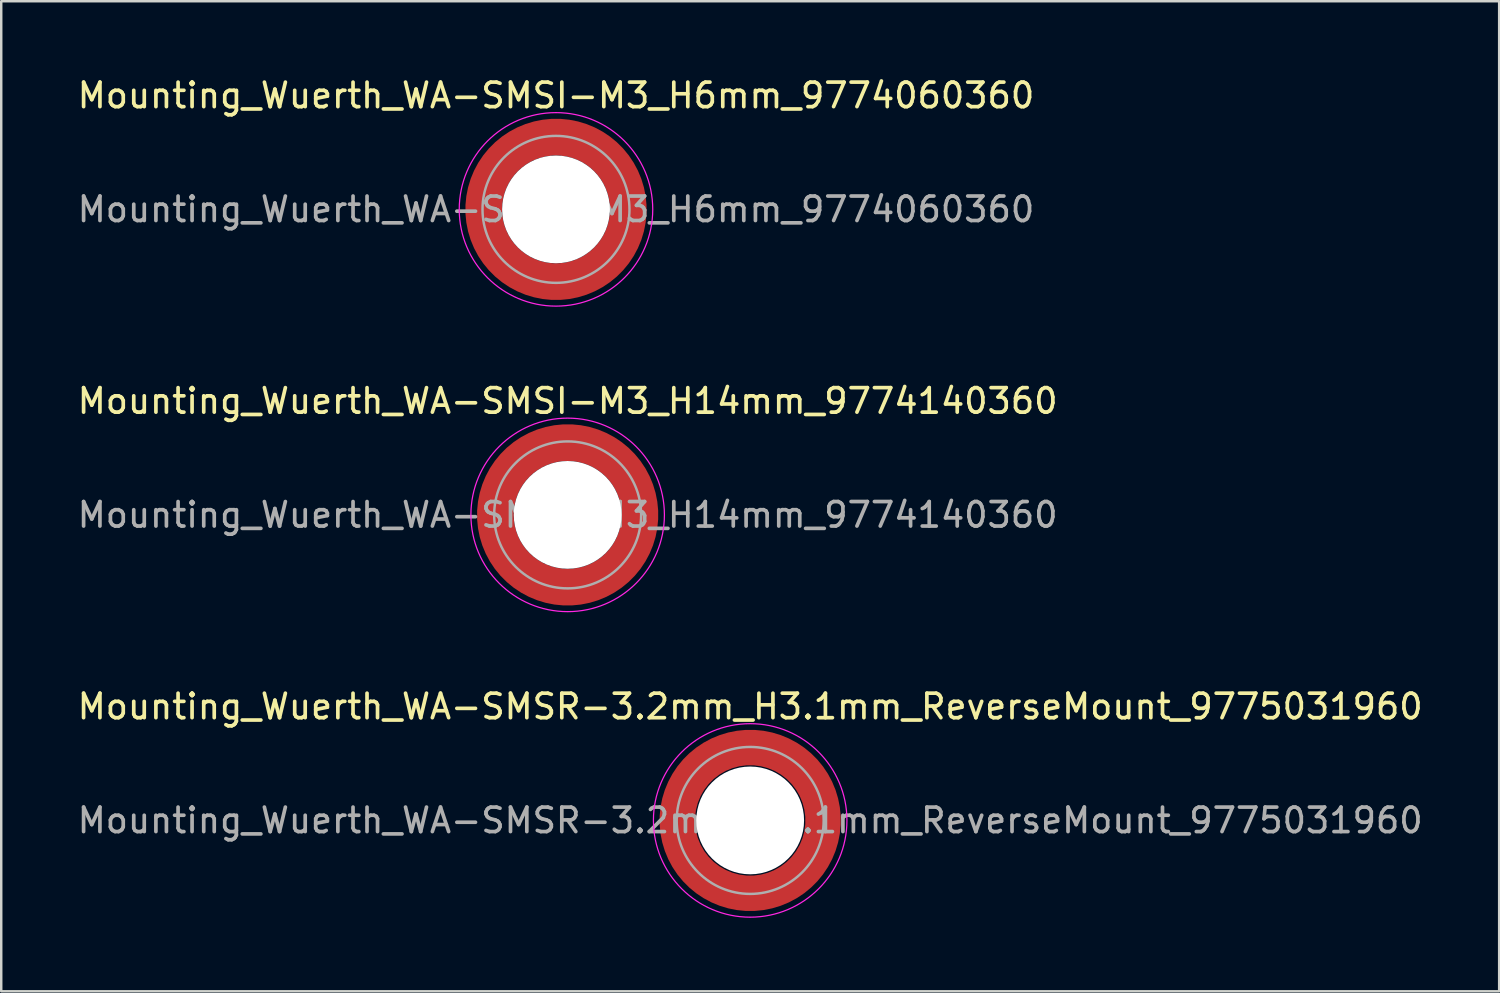
<source format=kicad_pcb>
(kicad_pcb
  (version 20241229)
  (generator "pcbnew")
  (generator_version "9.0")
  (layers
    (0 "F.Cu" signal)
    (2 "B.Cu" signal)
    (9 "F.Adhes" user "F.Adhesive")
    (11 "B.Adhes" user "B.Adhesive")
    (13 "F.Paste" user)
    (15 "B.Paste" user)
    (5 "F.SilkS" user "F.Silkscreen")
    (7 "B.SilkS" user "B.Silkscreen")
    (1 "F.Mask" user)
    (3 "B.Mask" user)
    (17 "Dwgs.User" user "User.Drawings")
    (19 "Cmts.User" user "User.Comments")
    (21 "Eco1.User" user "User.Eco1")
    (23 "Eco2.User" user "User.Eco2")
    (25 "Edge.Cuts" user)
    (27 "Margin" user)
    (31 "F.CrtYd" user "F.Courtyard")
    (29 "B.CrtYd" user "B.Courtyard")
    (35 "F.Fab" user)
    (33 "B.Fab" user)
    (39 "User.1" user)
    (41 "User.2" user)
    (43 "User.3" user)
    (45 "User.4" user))
  (footprint "Mounting_Wuerth_WA-SMSI-M3_H14mm_9774140360"
    (layer "F.Cu")
    (at 20.125 17.971)
    (property "Reference" "Mounting_Wuerth_WA-SMSI-M3_H14mm_9774140360" (at 0 -4.65 0) (layer "F.SilkS") (effects (font (size 1 1) (thickness 0.15))))
    (attr smd)
    (fp_circle (center 0 0) (end 3.95 0) (stroke (width 0.05) (type solid)) (fill no) (layer "F.CrtYd"))
    (fp_circle (center 0 0) (end 3 0) (stroke (width 0.1) (type solid)) (fill no) (layer "F.Fab"))
    (fp_text user "${REFERENCE}" (at 0 0 0) (layer "F.Fab") (effects (font (size 1 1) (thickness 0.15))))
    (pad "" smd custom (at -2.058 -2.058) (size 0.7 0.7) (layers "F.Paste") (options (anchor circle)) (primitives (gr_arc (start -0.377294 1.707681) (mid 0.317579 0.318817) (end 1.705947 -0.377044) (width 0.2)) (gr_arc (start -0.478281 1.707681) (mid 0.246161 0.248814) (end 1.703965 -0.477765) (width 0.2)) (gr_arc (start -0.579192 1.707681) (mid 0.175492 0.178063) (end 1.704077 -0.578711) (width 0.2)) (gr_arc (start -0.680037 1.707681) (mid 0.105568 0.106564) (end 1.706284 -0.679858) (width 0.2)) (gr_arc (start -0.780822 1.707681) (mid 0.034627 0.036085) (end 1.705634 -0.780569) (width 0.2)) (gr_arc (start -0.881554 1.707681) (mid -0.035694 -0.035016) (end 1.706729 -0.881441) (width 0.2)) (gr_arc (start -0.982237 1.707681) (mid -0.107281 -0.10485) (end 1.704266 -0.981842) (width 0.2)) (gr_arc (start -1.082877 1.707681) (mid -0.178372 -0.175181) (end 1.703197 -1.082374) (width 0.2)) (gr_arc (start -1.183476 1.707681) (mid -0.248964 -0.246008) (end 1.703525 -1.183025) (width 0.2)) (gr_arc (start -1.28404 1.707681) (mid -0.319062 -0.317333) (end 1.70525 -1.283784) (width 0.2)) (gr_line (start 1.708 -0.377) (end 1.708 -1.284) (width 0.2)) (gr_line (start -0.377 1.708) (end -1.284 1.708) (width 0.2))))
    (pad "" smd custom (at -2.058 2.058) (size 0.7 0.7) (layers "F.Paste") (options (anchor circle)) (primitives (gr_arc (start 1.707681 0.377294) (mid 0.318817 -0.317579) (end -0.377044 -1.705947) (width 0.2)) (gr_arc (start 1.707681 0.478281) (mid 0.248814 -0.246161) (end -0.477765 -1.703965) (width 0.2)) (gr_arc (start 1.707681 0.579192) (mid 0.178063 -0.175492) (end -0.578711 -1.704077) (width 0.2)) (gr_arc (start 1.707681 0.680037) (mid 0.106564 -0.105568) (end -0.679858 -1.706284) (width 0.2)) (gr_arc (start 1.707681 0.780822) (mid 0.036085 -0.034627) (end -0.780569 -1.705634) (width 0.2)) (gr_arc (start 1.707681 0.881554) (mid -0.035016 0.035694) (end -0.881441 -1.706729) (width 0.2)) (gr_arc (start 1.707681 0.982237) (mid -0.10485 0.107281) (end -0.981842 -1.704266) (width 0.2)) (gr_arc (start 1.707681 1.082877) (mid -0.175181 0.178372) (end -1.082374 -1.703197) (width 0.2)) (gr_arc (start 1.707681 1.183476) (mid -0.246008 0.248964) (end -1.183025 -1.703525) (width 0.2)) (gr_arc (start 1.707681 1.28404) (mid -0.317333 0.319062) (end -1.283784 -1.70525) (width 0.2)) (gr_line (start -0.377 -1.708) (end -1.284 -1.708) (width 0.2)) (gr_line (start 1.708 0.377) (end 1.708 1.284) (width 0.2))))
    (pad "" np_thru_hole circle (at 0 0) (size 4.4 4.4) (drill 4.4) (layers "*.Cu" "*.Mask"))
    (pad "" smd custom (at 2.058 -2.058) (size 0.7 0.7) (layers "F.Paste") (options (anchor circle)) (primitives (gr_arc (start -1.707681 -0.377294) (mid -0.318817 0.317579) (end 0.377044 1.705947) (width 0.2)) (gr_arc (start -1.707681 -0.478281) (mid -0.248814 0.246161) (end 0.477765 1.703965) (width 0.2)) (gr_arc (start -1.707681 -0.579192) (mid -0.178063 0.175492) (end 0.578711 1.704077) (width 0.2)) (gr_arc (start -1.707681 -0.680037) (mid -0.106564 0.105568) (end 0.679858 1.706284) (width 0.2)) (gr_arc (start -1.707681 -0.780822) (mid -0.036085 0.034627) (end 0.780569 1.705634) (width 0.2)) (gr_arc (start -1.707681 -0.881554) (mid 0.035016 -0.035694) (end 0.881441 1.706729) (width 0.2)) (gr_arc (start -1.707681 -0.982237) (mid 0.10485 -0.107281) (end 0.981842 1.704266) (width 0.2)) (gr_arc (start -1.707681 -1.082877) (mid 0.175181 -0.178372) (end 1.082374 1.703197) (width 0.2)) (gr_arc (start -1.707681 -1.183476) (mid 0.246008 -0.248964) (end 1.183025 1.703525) (width 0.2)) (gr_arc (start -1.707681 -1.28404) (mid 0.317333 -0.319062) (end 1.283784 1.70525) (width 0.2)) (gr_line (start 0.377 1.708) (end 1.284 1.708) (width 0.2)) (gr_line (start -1.708 -0.377) (end -1.708 -1.284) (width 0.2))))
    (pad "" smd custom (at 2.058 2.058) (size 0.7 0.7) (layers "F.Paste") (options (anchor circle)) (primitives (gr_arc (start 0.377294 -1.707681) (mid -0.317579 -0.318817) (end -1.705947 0.377044) (width 0.2)) (gr_arc (start 0.478281 -1.707681) (mid -0.246161 -0.248814) (end -1.703965 0.477765) (width 0.2)) (gr_arc (start 0.579192 -1.707681) (mid -0.175492 -0.178063) (end -1.704077 0.578711) (width 0.2)) (gr_arc (start 0.680037 -1.707681) (mid -0.105568 -0.106564) (end -1.706284 0.679858) (width 0.2)) (gr_arc (start 0.780822 -1.707681) (mid -0.034627 -0.036085) (end -1.705634 0.780569) (width 0.2)) (gr_arc (start 0.881554 -1.707681) (mid 0.035694 0.035016) (end -1.706729 0.881441) (width 0.2)) (gr_arc (start 0.982237 -1.707681) (mid 0.107281 0.10485) (end -1.704266 0.981842) (width 0.2)) (gr_arc (start 1.082877 -1.707681) (mid 0.178372 0.175181) (end -1.703197 1.082374) (width 0.2)) (gr_arc (start 1.183476 -1.707681) (mid 0.248964 0.246008) (end -1.703525 1.183025) (width 0.2)) (gr_arc (start 1.28404 -1.707681) (mid 0.319062 0.317333) (end -1.70525 1.283784) (width 0.2)) (gr_line (start -1.708 0.377) (end -1.708 1.284) (width 0.2)) (gr_line (start 0.377 -1.708) (end 1.284 -1.708) (width 0.2))))
    (pad "1" smd circle (at -2.95 0) (size 1.1 1.1) (layers "F.Cu"))
    (pad "1" smd circle (at 0 -2.95) (size 1.1 1.1) (layers "F.Cu"))
    (pad "1" smd circle (at 0 2.95) (size 1.1 1.1) (layers "F.Cu"))
    (pad "1" smd custom (at 2.95 0) (size 1.1 1.1) (layers "F.Cu" "F.Mask") (options (anchor circle)) (primitives (gr_circle (center -2.95 0) (end 0 0) (width 1.5) (fill no)))))
  (footprint "Mounting_Wuerth_WA-SMSR-3.2mm_H3.1mm_ReverseMount_9775031960"
    (layer "F.Cu")
    (at 27.577 30.445)
    (property "Reference" "Mounting_Wuerth_WA-SMSR-3.2mm_H3.1mm_ReverseMount_9775031960" (at 0 -4.65 0) (layer "F.SilkS") (effects (font (size 1 1) (thickness 0.15))))
    (attr smd)
    (fp_circle (center 0 0) (end 3.95 0) (stroke (width 0.05) (type solid)) (fill no) (layer "F.CrtYd"))
    (fp_circle (center 0 0) (end 3 0) (stroke (width 0.1) (type solid)) (fill no) (layer "F.Fab"))
    (fp_text user "${REFERENCE}" (at 0 0 0) (layer "F.Fab") (effects (font (size 1 1) (thickness 0.15))))
    (pad "" smd custom (at -2.095 -2.095) (size 0.945 0.945) (layers "F.Paste") (options (anchor circle)) (primitives (gr_arc (start -0.24231 1.594804) (mid 0.404104 0.405534) (end 1.592827 -0.241886) (width 0.2)) (gr_arc (start -0.3398 1.594804) (mid 0.335987 0.338711) (end 1.591031 -0.339022) (width 0.2)) (gr_arc (start -0.437132 1.594804) (mid 0.268952 0.270807) (end 1.592231 -0.436623) (width 0.2)) (gr_arc (start -0.534324 1.594804) (mid 0.201345 0.203474) (end 1.591846 -0.53376) (width 0.2)) (gr_arc (start -0.631391 1.594804) (mid 0.134696 0.135183) (end 1.594126 -0.631267) (width 0.2)) (gr_arc (start -0.728345 1.594804) (mid 0.067234 0.067705) (end 1.594149 -0.728229) (width 0.2)) (gr_arc (start -0.825197 1.594804) (mid -0.001218 0.001219) (end 1.591408 -0.824614) (width 0.2)) (gr_arc (start -0.921958 1.594804) (mid -0.068952 -0.065985) (end 1.590665 -0.921269) (width 0.2)) (gr_arc (start -1.018637 1.594804) (mid -0.135972 -0.133907) (end 1.59192 -1.018172) (width 0.2)) (gr_arc (start -1.115239 1.594804) (mid -0.20428 -0.200537) (end 1.589574 -1.11442) (width 0.2)) (gr_arc (start -1.211773 1.594804) (mid -0.26993 -0.269828) (end 1.594662 -1.211751) (width 0.2)) (gr_arc (start -1.308244 1.594804) (mid -0.33911 -0.335587) (end 1.589875 -1.307516) (width 0.2)) (gr_arc (start -1.404657 1.594804) (mid -0.405633 -0.404004) (end 1.592524 -1.404331) (width 0.2)) (gr_arc (start -1.404657 1.594804) (mid -0.405633 -0.404004) (end 1.592524 -1.404331) (width 0.2)) (gr_line (start 1.595 -0.242) (end 1.595 -1.405) (width 0.2)) (gr_line (start -0.242 1.595) (end -1.405 1.595) (width 0.2))))
    (pad "" smd custom (at -2.095 2.095) (size 0.945 0.945) (layers "F.Paste") (options (anchor circle)) (primitives (gr_arc (start 1.594804 0.24231) (mid 0.405534 -0.404104) (end -0.241886 -1.592827) (width 0.2)) (gr_arc (start 1.594804 0.3398) (mid 0.338711 -0.335987) (end -0.339022 -1.591031) (width 0.2)) (gr_arc (start 1.594804 0.437132) (mid 0.270807 -0.268952) (end -0.436623 -1.592231) (width 0.2)) (gr_arc (start 1.594804 0.534324) (mid 0.203474 -0.201345) (end -0.53376 -1.591846) (width 0.2)) (gr_arc (start 1.594804 0.631391) (mid 0.135183 -0.134696) (end -0.631267 -1.594126) (width 0.2)) (gr_arc (start 1.594804 0.728345) (mid 0.067705 -0.067234) (end -0.728229 -1.594149) (width 0.2)) (gr_arc (start 1.594804 0.825197) (mid 0.001219 0.001218) (end -0.824614 -1.591408) (width 0.2)) (gr_arc (start 1.594804 0.921958) (mid -0.065985 0.068952) (end -0.921269 -1.590665) (width 0.2)) (gr_arc (start 1.594804 1.018637) (mid -0.133907 0.135972) (end -1.018172 -1.59192) (width 0.2)) (gr_arc (start 1.594804 1.115239) (mid -0.200537 0.20428) (end -1.11442 -1.589574) (width 0.2)) (gr_arc (start 1.594804 1.211773) (mid -0.269828 0.26993) (end -1.211751 -1.594662) (width 0.2)) (gr_arc (start 1.594804 1.308244) (mid -0.335587 0.33911) (end -1.307516 -1.589875) (width 0.2)) (gr_arc (start 1.594804 1.404657) (mid -0.404004 0.405633) (end -1.404331 -1.592524) (width 0.2)) (gr_arc (start 1.594804 1.404657) (mid -0.404004 0.405633) (end -1.404331 -1.592524) (width 0.2)) (gr_line (start -0.242 -1.595) (end -1.405 -1.595) (width 0.2)) (gr_line (start 1.595 0.242) (end 1.595 1.405) (width 0.2))))
    (pad "" np_thru_hole circle (at 0 0) (size 4.4 4.4) (drill 4.4) (layers "*.Cu" "*.Mask"))
    (pad "" smd custom (at 2.095 -2.095) (size 0.945 0.945) (layers "F.Paste") (options (anchor circle)) (primitives (gr_arc (start -1.594804 -0.24231) (mid -0.405534 0.404104) (end 0.241886 1.592827) (width 0.2)) (gr_arc (start -1.594804 -0.3398) (mid -0.338711 0.335987) (end 0.339022 1.591031) (width 0.2)) (gr_arc (start -1.594804 -0.437132) (mid -0.270807 0.268952) (end 0.436623 1.592231) (width 0.2)) (gr_arc (start -1.594804 -0.534324) (mid -0.203474 0.201345) (end 0.53376 1.591846) (width 0.2)) (gr_arc (start -1.594804 -0.631391) (mid -0.135183 0.134696) (end 0.631267 1.594126) (width 0.2)) (gr_arc (start -1.594804 -0.728345) (mid -0.067705 0.067234) (end 0.728229 1.594149) (width 0.2)) (gr_arc (start -1.594804 -0.825197) (mid -0.001219 -0.001218) (end 0.824614 1.591408) (width 0.2)) (gr_arc (start -1.594804 -0.921958) (mid 0.065985 -0.068952) (end 0.921269 1.590665) (width 0.2)) (gr_arc (start -1.594804 -1.018637) (mid 0.133907 -0.135972) (end 1.018172 1.59192) (width 0.2)) (gr_arc (start -1.594804 -1.115239) (mid 0.200537 -0.20428) (end 1.11442 1.589574) (width 0.2)) (gr_arc (start -1.594804 -1.211773) (mid 0.269828 -0.26993) (end 1.211751 1.594662) (width 0.2)) (gr_arc (start -1.594804 -1.308244) (mid 0.335587 -0.33911) (end 1.307516 1.589875) (width 0.2)) (gr_arc (start -1.594804 -1.404657) (mid 0.404004 -0.405633) (end 1.404331 1.592524) (width 0.2)) (gr_arc (start -1.594804 -1.404657) (mid 0.404004 -0.405633) (end 1.404331 1.592524) (width 0.2)) (gr_line (start 0.242 1.595) (end 1.405 1.595) (width 0.2)) (gr_line (start -1.595 -0.242) (end -1.595 -1.405) (width 0.2))))
    (pad "" smd custom (at 2.095 2.095) (size 0.945 0.945) (layers "F.Paste") (options (anchor circle)) (primitives (gr_arc (start 0.24231 -1.594804) (mid -0.404104 -0.405534) (end -1.592827 0.241886) (width 0.2)) (gr_arc (start 0.3398 -1.594804) (mid -0.335987 -0.338711) (end -1.591031 0.339022) (width 0.2)) (gr_arc (start 0.437132 -1.594804) (mid -0.268952 -0.270807) (end -1.592231 0.436623) (width 0.2)) (gr_arc (start 0.534324 -1.594804) (mid -0.201345 -0.203474) (end -1.591846 0.53376) (width 0.2)) (gr_arc (start 0.631391 -1.594804) (mid -0.134696 -0.135183) (end -1.594126 0.631267) (width 0.2)) (gr_arc (start 0.728345 -1.594804) (mid -0.067234 -0.067705) (end -1.594149 0.728229) (width 0.2)) (gr_arc (start 0.825197 -1.594804) (mid 0.001218 -0.001219) (end -1.591408 0.824614) (width 0.2)) (gr_arc (start 0.921958 -1.594804) (mid 0.068952 0.065985) (end -1.590665 0.921269) (width 0.2)) (gr_arc (start 1.018637 -1.594804) (mid 0.135972 0.133907) (end -1.59192 1.018172) (width 0.2)) (gr_arc (start 1.115239 -1.594804) (mid 0.20428 0.200537) (end -1.589574 1.11442) (width 0.2)) (gr_arc (start 1.211773 -1.594804) (mid 0.26993 0.269828) (end -1.594662 1.211751) (width 0.2)) (gr_arc (start 1.308244 -1.594804) (mid 0.33911 0.335587) (end -1.589875 1.307516) (width 0.2)) (gr_arc (start 1.404657 -1.594804) (mid 0.405633 0.404004) (end -1.592524 1.404331) (width 0.2)) (gr_arc (start 1.404657 -1.594804) (mid 0.405633 0.404004) (end -1.592524 1.404331) (width 0.2)) (gr_line (start -1.595 0.242) (end -1.595 1.405) (width 0.2)) (gr_line (start 0.242 -1.595) (end 1.405 -1.595) (width 0.2))))
    (pad "1" smd circle (at -2.975 0) (size 1.05 1.05) (layers "F.Cu"))
    (pad "1" smd circle (at 0 -2.975) (size 1.05 1.05) (layers "F.Cu"))
    (pad "1" smd circle (at 0 2.975) (size 1.05 1.05) (layers "F.Cu"))
    (pad "1" smd custom (at 2.975 0) (size 1.05 1.05) (layers "F.Cu" "F.Mask") (options (anchor circle)) (primitives (gr_circle (center -2.975 0) (end 0 0) (width 1.45) (fill no)))))
  (footprint "Mounting_Wuerth_WA-SMSI-M3_H6mm_9774060360"
    (layer "F.Cu")
    (at 19.649 5.498)
    (property "Reference" "Mounting_Wuerth_WA-SMSI-M3_H6mm_9774060360" (at 0 -4.65 0) (layer "F.SilkS") (effects (font (size 1 1) (thickness 0.15))))
    (attr smd)
    (fp_circle (center 0 0) (end 3.95 0) (stroke (width 0.05) (type solid)) (fill no) (layer "F.CrtYd"))
    (fp_circle (center 0 0) (end 3 0) (stroke (width 0.1) (type solid)) (fill no) (layer "F.Fab"))
    (fp_text user "${REFERENCE}" (at 0 0 0) (layer "F.Fab") (effects (font (size 1 1) (thickness 0.15))))
    (pad "" smd custom (at -2.058 -2.058) (size 0.7 0.7) (layers "F.Paste") (options (anchor circle)) (primitives (gr_arc (start -0.377294 1.707681) (mid 0.317579 0.318817) (end 1.705947 -0.377044) (width 0.2)) (gr_arc (start -0.478281 1.707681) (mid 0.246161 0.248814) (end 1.703965 -0.477765) (width 0.2)) (gr_arc (start -0.579192 1.707681) (mid 0.175492 0.178063) (end 1.704077 -0.578711) (width 0.2)) (gr_arc (start -0.680037 1.707681) (mid 0.105568 0.106564) (end 1.706284 -0.679858) (width 0.2)) (gr_arc (start -0.780822 1.707681) (mid 0.034627 0.036085) (end 1.705634 -0.780569) (width 0.2)) (gr_arc (start -0.881554 1.707681) (mid -0.035694 -0.035016) (end 1.706729 -0.881441) (width 0.2)) (gr_arc (start -0.982237 1.707681) (mid -0.107281 -0.10485) (end 1.704266 -0.981842) (width 0.2)) (gr_arc (start -1.082877 1.707681) (mid -0.178372 -0.175181) (end 1.703197 -1.082374) (width 0.2)) (gr_arc (start -1.183476 1.707681) (mid -0.248964 -0.246008) (end 1.703525 -1.183025) (width 0.2)) (gr_arc (start -1.28404 1.707681) (mid -0.319062 -0.317333) (end 1.70525 -1.283784) (width 0.2)) (gr_line (start 1.708 -0.377) (end 1.708 -1.284) (width 0.2)) (gr_line (start -0.377 1.708) (end -1.284 1.708) (width 0.2))))
    (pad "" smd custom (at -2.058 2.058) (size 0.7 0.7) (layers "F.Paste") (options (anchor circle)) (primitives (gr_arc (start 1.707681 0.377294) (mid 0.318817 -0.317579) (end -0.377044 -1.705947) (width 0.2)) (gr_arc (start 1.707681 0.478281) (mid 0.248814 -0.246161) (end -0.477765 -1.703965) (width 0.2)) (gr_arc (start 1.707681 0.579192) (mid 0.178063 -0.175492) (end -0.578711 -1.704077) (width 0.2)) (gr_arc (start 1.707681 0.680037) (mid 0.106564 -0.105568) (end -0.679858 -1.706284) (width 0.2)) (gr_arc (start 1.707681 0.780822) (mid 0.036085 -0.034627) (end -0.780569 -1.705634) (width 0.2)) (gr_arc (start 1.707681 0.881554) (mid -0.035016 0.035694) (end -0.881441 -1.706729) (width 0.2)) (gr_arc (start 1.707681 0.982237) (mid -0.10485 0.107281) (end -0.981842 -1.704266) (width 0.2)) (gr_arc (start 1.707681 1.082877) (mid -0.175181 0.178372) (end -1.082374 -1.703197) (width 0.2)) (gr_arc (start 1.707681 1.183476) (mid -0.246008 0.248964) (end -1.183025 -1.703525) (width 0.2)) (gr_arc (start 1.707681 1.28404) (mid -0.317333 0.319062) (end -1.283784 -1.70525) (width 0.2)) (gr_line (start -0.377 -1.708) (end -1.284 -1.708) (width 0.2)) (gr_line (start 1.708 0.377) (end 1.708 1.284) (width 0.2))))
    (pad "" np_thru_hole circle (at 0 0) (size 4.4 4.4) (drill 4.4) (layers "*.Cu" "*.Mask"))
    (pad "" smd custom (at 2.058 -2.058) (size 0.7 0.7) (layers "F.Paste") (options (anchor circle)) (primitives (gr_arc (start -1.707681 -0.377294) (mid -0.318817 0.317579) (end 0.377044 1.705947) (width 0.2)) (gr_arc (start -1.707681 -0.478281) (mid -0.248814 0.246161) (end 0.477765 1.703965) (width 0.2)) (gr_arc (start -1.707681 -0.579192) (mid -0.178063 0.175492) (end 0.578711 1.704077) (width 0.2)) (gr_arc (start -1.707681 -0.680037) (mid -0.106564 0.105568) (end 0.679858 1.706284) (width 0.2)) (gr_arc (start -1.707681 -0.780822) (mid -0.036085 0.034627) (end 0.780569 1.705634) (width 0.2)) (gr_arc (start -1.707681 -0.881554) (mid 0.035016 -0.035694) (end 0.881441 1.706729) (width 0.2)) (gr_arc (start -1.707681 -0.982237) (mid 0.10485 -0.107281) (end 0.981842 1.704266) (width 0.2)) (gr_arc (start -1.707681 -1.082877) (mid 0.175181 -0.178372) (end 1.082374 1.703197) (width 0.2)) (gr_arc (start -1.707681 -1.183476) (mid 0.246008 -0.248964) (end 1.183025 1.703525) (width 0.2)) (gr_arc (start -1.707681 -1.28404) (mid 0.317333 -0.319062) (end 1.283784 1.70525) (width 0.2)) (gr_line (start 0.377 1.708) (end 1.284 1.708) (width 0.2)) (gr_line (start -1.708 -0.377) (end -1.708 -1.284) (width 0.2))))
    (pad "" smd custom (at 2.058 2.058) (size 0.7 0.7) (layers "F.Paste") (options (anchor circle)) (primitives (gr_arc (start 0.377294 -1.707681) (mid -0.317579 -0.318817) (end -1.705947 0.377044) (width 0.2)) (gr_arc (start 0.478281 -1.707681) (mid -0.246161 -0.248814) (end -1.703965 0.477765) (width 0.2)) (gr_arc (start 0.579192 -1.707681) (mid -0.175492 -0.178063) (end -1.704077 0.578711) (width 0.2)) (gr_arc (start 0.680037 -1.707681) (mid -0.105568 -0.106564) (end -1.706284 0.679858) (width 0.2)) (gr_arc (start 0.780822 -1.707681) (mid -0.034627 -0.036085) (end -1.705634 0.780569) (width 0.2)) (gr_arc (start 0.881554 -1.707681) (mid 0.035694 0.035016) (end -1.706729 0.881441) (width 0.2)) (gr_arc (start 0.982237 -1.707681) (mid 0.107281 0.10485) (end -1.704266 0.981842) (width 0.2)) (gr_arc (start 1.082877 -1.707681) (mid 0.178372 0.175181) (end -1.703197 1.082374) (width 0.2)) (gr_arc (start 1.183476 -1.707681) (mid 0.248964 0.246008) (end -1.703525 1.183025) (width 0.2)) (gr_arc (start 1.28404 -1.707681) (mid 0.319062 0.317333) (end -1.70525 1.283784) (width 0.2)) (gr_line (start -1.708 0.377) (end -1.708 1.284) (width 0.2)) (gr_line (start 0.377 -1.708) (end 1.284 -1.708) (width 0.2))))
    (pad "1" smd circle (at -2.95 0) (size 1.1 1.1) (layers "F.Cu"))
    (pad "1" smd circle (at 0 -2.95) (size 1.1 1.1) (layers "F.Cu"))
    (pad "1" smd circle (at 0 2.95) (size 1.1 1.1) (layers "F.Cu"))
    (pad "1" smd custom (at 2.95 0) (size 1.1 1.1) (layers "F.Cu" "F.Mask") (options (anchor circle)) (primitives (gr_circle (center -2.95 0) (end 0 0) (width 1.5) (fill no)))))
  (gr_rect
    (start -3 -3)
    (end 58.155 37.42)
    (stroke (width 0.1) (type default))
    (fill no)
    (layer "Edge.Cuts")))
</source>
